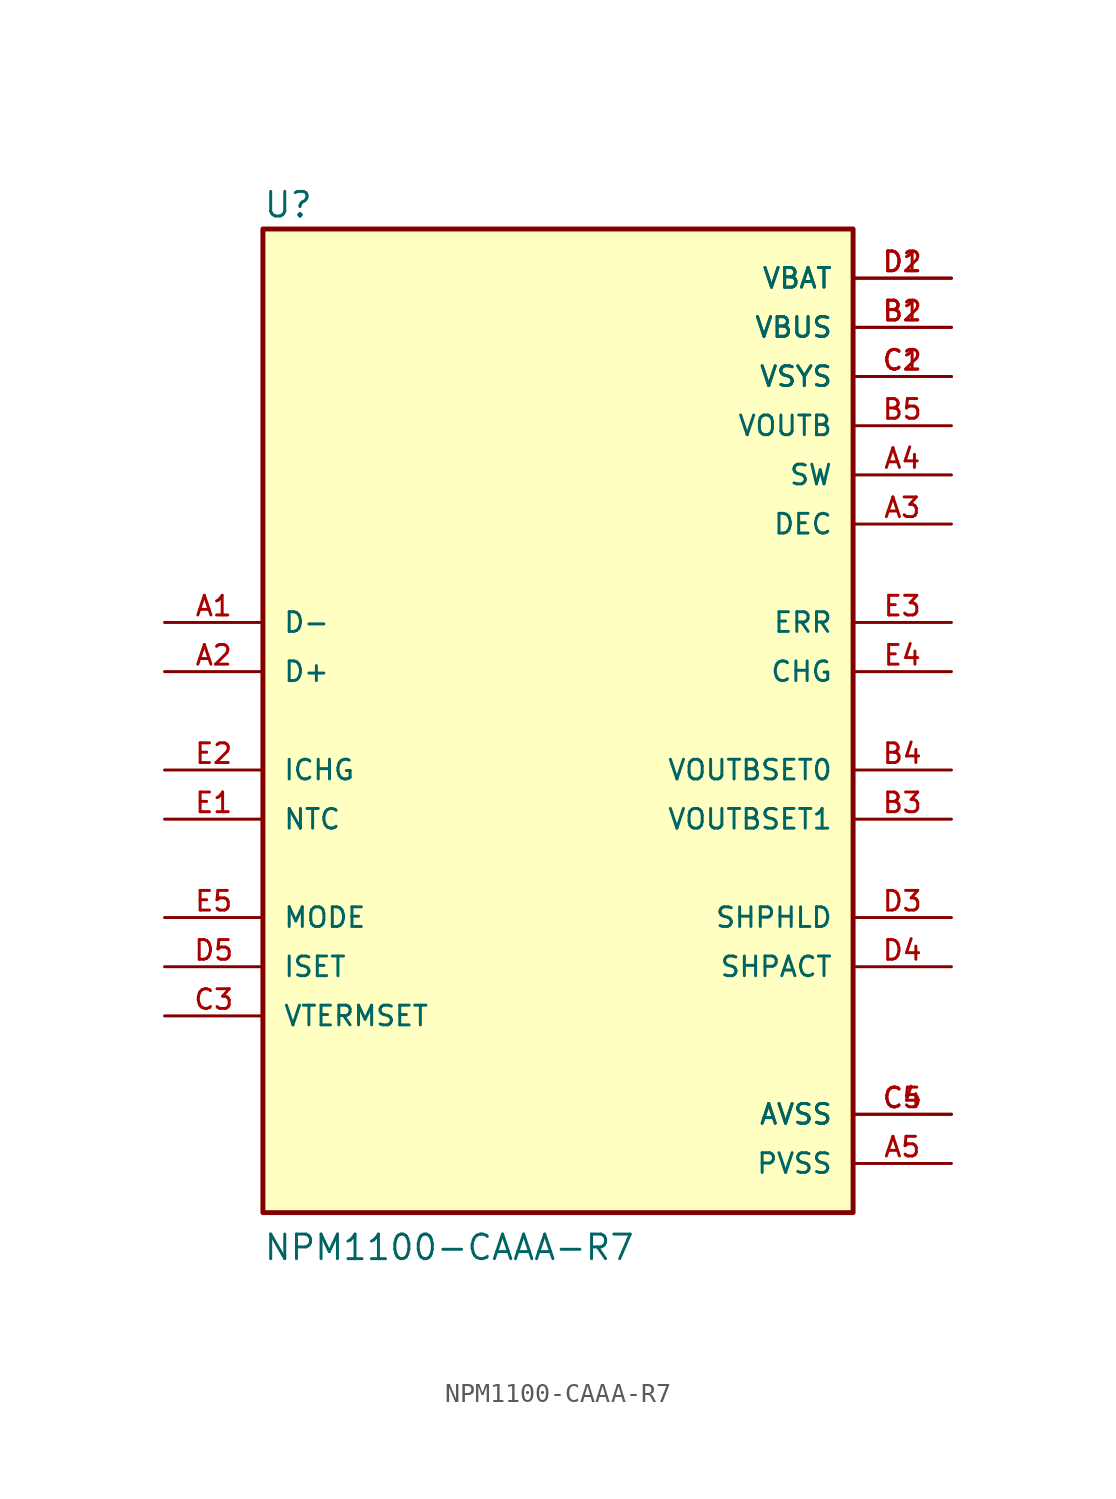
<source format=kicad_sym>
(kicad_symbol_lib
  (version 20211014)
  (generator kicad_symbol_editor)
  (symbol "NPM1100-CAAA-R7"
    (pin_names
      (offset 1.016))
    (property "Reference" "U"
      (at -15.24 18.288 0)
      (effects (font (size 1.27 1.27)) (justify bottom left)))
    (property "Value" "NPM1100-CAAA-R7"
      (at -15.24 -35.56 0)
      (effects (font (size 1.27 1.27)) (justify bottom left)))
    (symbol "NPM1100-CAAA-R7_0_0"
      (rectangle (start -15.24 -33.02) (end 15.24 17.78) (stroke (width 0.254)) (fill (type background)))
      (pin input line (at -20.32 -2.54 0) (length 5.08) (name "D-" (effects (font (size 1.016 1.016)))) (number "A1" (effects (font (size 1.016 1.016)))))
      (pin input line (at -20.32 -5.08 0) (length 5.08) (name "D+" (effects (font (size 1.016 1.016)))) (number "A2" (effects (font (size 1.016 1.016)))))
      (pin power_in line (at 20.32 2.54 180.0) (length 5.08) (name "DEC" (effects (font (size 1.016 1.016)))) (number "A3" (effects (font (size 1.016 1.016)))))
      (pin power_in line (at 20.32 5.08 180.0) (length 5.08) (name "SW" (effects (font (size 1.016 1.016)))) (number "A4" (effects (font (size 1.016 1.016)))))
      (pin power_in line (at 20.32 -30.48 180.0) (length 5.08) (name "PVSS" (effects (font (size 1.016 1.016)))) (number "A5" (effects (font (size 1.016 1.016)))))
      (pin power_in line (at 20.32 12.7 180.0) (length 5.08) (name "VBUS" (effects (font (size 1.016 1.016)))) (number "B1" (effects (font (size 1.016 1.016)))))
      (pin power_in line (at 20.32 12.7 180.0) (length 5.08) (name "VBUS" (effects (font (size 1.016 1.016)))) (number "B2" (effects (font (size 1.016 1.016)))))
      (pin bidirectional line (at 20.32 -12.7 180.0) (length 5.08) (name "VOUTBSET1" (effects (font (size 1.016 1.016)))) (number "B3" (effects (font (size 1.016 1.016)))))
      (pin bidirectional line (at 20.32 -10.16 180.0) (length 5.08) (name "VOUTBSET0" (effects (font (size 1.016 1.016)))) (number "B4" (effects (font (size 1.016 1.016)))))
      (pin power_in line (at 20.32 7.62 180.0) (length 5.08) (name "VOUTB" (effects (font (size 1.016 1.016)))) (number "B5" (effects (font (size 1.016 1.016)))))
      (pin power_in line (at 20.32 10.16 180.0) (length 5.08) (name "VSYS" (effects (font (size 1.016 1.016)))) (number "C1" (effects (font (size 1.016 1.016)))))
      (pin power_in line (at 20.32 10.16 180.0) (length 5.08) (name "VSYS" (effects (font (size 1.016 1.016)))) (number "C2" (effects (font (size 1.016 1.016)))))
      (pin bidirectional line (at -20.32 -22.86 0) (length 5.08) (name "VTERMSET" (effects (font (size 1.016 1.016)))) (number "C3" (effects (font (size 1.016 1.016)))))
      (pin power_in line (at 20.32 -27.94 180.0) (length 5.08) (name "AVSS" (effects (font (size 1.016 1.016)))) (number "C4" (effects (font (size 1.016 1.016)))))
      (pin power_in line (at 20.32 -27.94 180.0) (length 5.08) (name "AVSS" (effects (font (size 1.016 1.016)))) (number "C5" (effects (font (size 1.016 1.016)))))
      (pin power_in line (at 20.32 15.24 180.0) (length 5.08) (name "VBAT" (effects (font (size 1.016 1.016)))) (number "D1" (effects (font (size 1.016 1.016)))))
      (pin power_in line (at 20.32 15.24 180.0) (length 5.08) (name "VBAT" (effects (font (size 1.016 1.016)))) (number "D2" (effects (font (size 1.016 1.016)))))
      (pin bidirectional line (at 20.32 -17.78 180.0) (length 5.08) (name "SHPHLD" (effects (font (size 1.016 1.016)))) (number "D3" (effects (font (size 1.016 1.016)))))
      (pin bidirectional line (at 20.32 -20.32 180.0) (length 5.08) (name "SHPACT" (effects (font (size 1.016 1.016)))) (number "D4" (effects (font (size 1.016 1.016)))))
      (pin bidirectional line (at -20.32 -20.32 0) (length 5.08) (name "ISET" (effects (font (size 1.016 1.016)))) (number "D5" (effects (font (size 1.016 1.016)))))
      (pin input line (at -20.32 -12.7 0) (length 5.08) (name "NTC" (effects (font (size 1.016 1.016)))) (number "E1" (effects (font (size 1.016 1.016)))))
      (pin input line (at -20.32 -10.16 0) (length 5.08) (name "ICHG" (effects (font (size 1.016 1.016)))) (number "E2" (effects (font (size 1.016 1.016)))))
      (pin output line (at 20.32 -2.54 180.0) (length 5.08) (name "ERR" (effects (font (size 1.016 1.016)))) (number "E3" (effects (font (size 1.016 1.016)))))
      (pin output line (at 20.32 -5.08 180.0) (length 5.08) (name "CHG" (effects (font (size 1.016 1.016)))) (number "E4" (effects (font (size 1.016 1.016)))))
      (pin bidirectional line (at -20.32 -17.78 0) (length 5.08) (name "MODE" (effects (font (size 1.016 1.016)))) (number "E5" (effects (font (size 1.016 1.016))))))))
</source>
